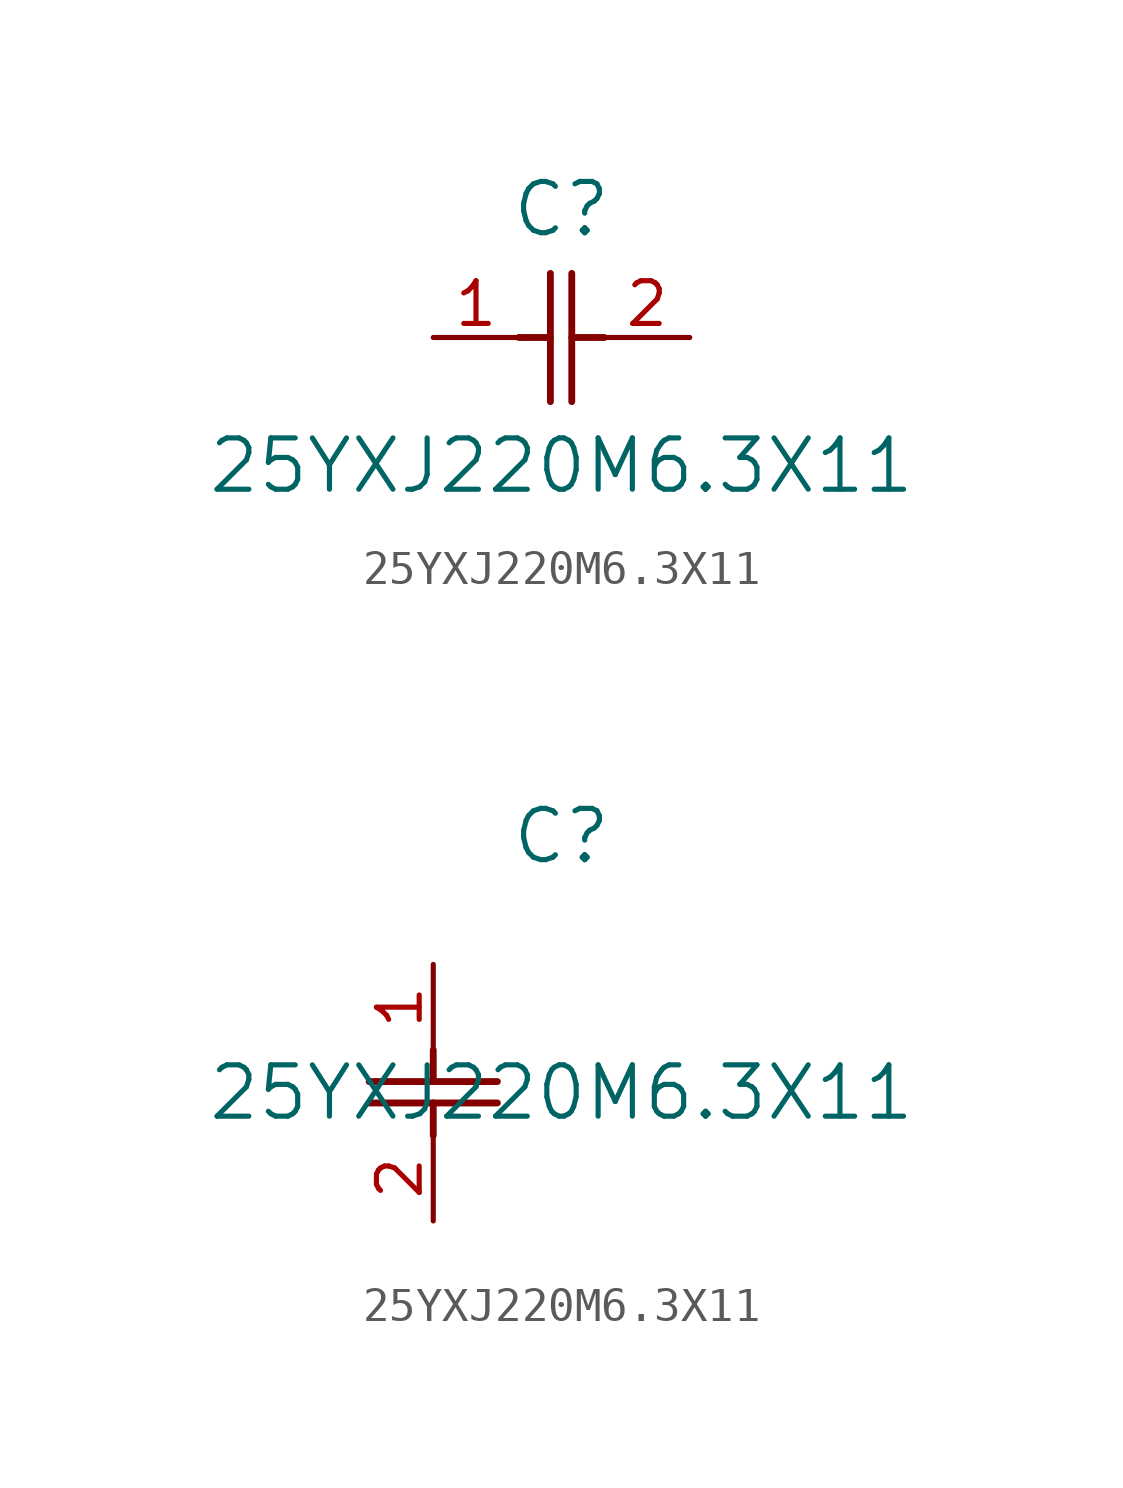
<source format=kicad_sym>
(kicad_symbol_lib
  (version 20211014)
  (generator kicad_symbol_editor)
  (symbol "25YXJ220M6.3X11"
    (pin_names
      (offset 0.254))
    (property "Reference" "C"
      (at 3.81 3.81 0)
      (effects (font (size 1.524 1.524))))
    (property "Value" "25YXJ220M6.3X11"
      (at 3.81 -3.81 0)
      (effects (font (size 1.524 1.524))))
    (symbol "25YXJ220M6.3X11_1_1"
      (polyline (pts (xy 3.48 -1.905) (xy 3.48 1.905)) (stroke (width 0.203) (type default) (color 0 0 0 0)) (fill (type none)))
      (polyline (pts (xy 4.115 -1.905) (xy 4.115 1.905)) (stroke (width 0.203) (type default) (color 0 0 0 0)) (fill (type none)))
      (polyline (pts (xy 4.115 0) (xy 5.08 0)) (stroke (width 0.203) (type default) (color 0 0 0 0)) (fill (type none)))
      (polyline (pts (xy 2.54 0) (xy 3.48 0)) (stroke (width 0.203) (type default) (color 0 0 0 0)) (fill (type none)))
      (pin unspecified line (at 0 0 0) (length 2.54) (name "" (effects (font (size 1.27 1.27)))) (number "1" (effects (font (size 1.27 1.27)))))
      (pin unspecified line (at 7.62 0 180) (length 2.54) (name "" (effects (font (size 1.27 1.27)))) (number "2" (effects (font (size 1.27 1.27))))))
    (symbol "25YXJ220M6.3X11_1_2"
      (polyline (pts (xy -1.905 -3.48) (xy 1.905 -3.48)) (stroke (width 0.203) (type default) (color 0 0 0 0)) (fill (type none)))
      (polyline (pts (xy -1.905 -4.115) (xy 1.905 -4.115)) (stroke (width 0.203) (type default) (color 0 0 0 0)) (fill (type none)))
      (polyline (pts (xy 0 -4.115) (xy 0 -5.08)) (stroke (width 0.203) (type default) (color 0 0 0 0)) (fill (type none)))
      (polyline (pts (xy 0 -2.54) (xy 0 -3.48)) (stroke (width 0.203) (type default) (color 0 0 0 0)) (fill (type none)))
      (pin unspecified line (at 0 0 270) (length 2.54) (name "" (effects (font (size 1.27 1.27)))) (number "1" (effects (font (size 1.27 1.27)))))
      (pin unspecified line (at 0 -7.62 90) (length 2.54) (name "" (effects (font (size 1.27 1.27)))) (number "2" (effects (font (size 1.27 1.27))))))))
</source>
